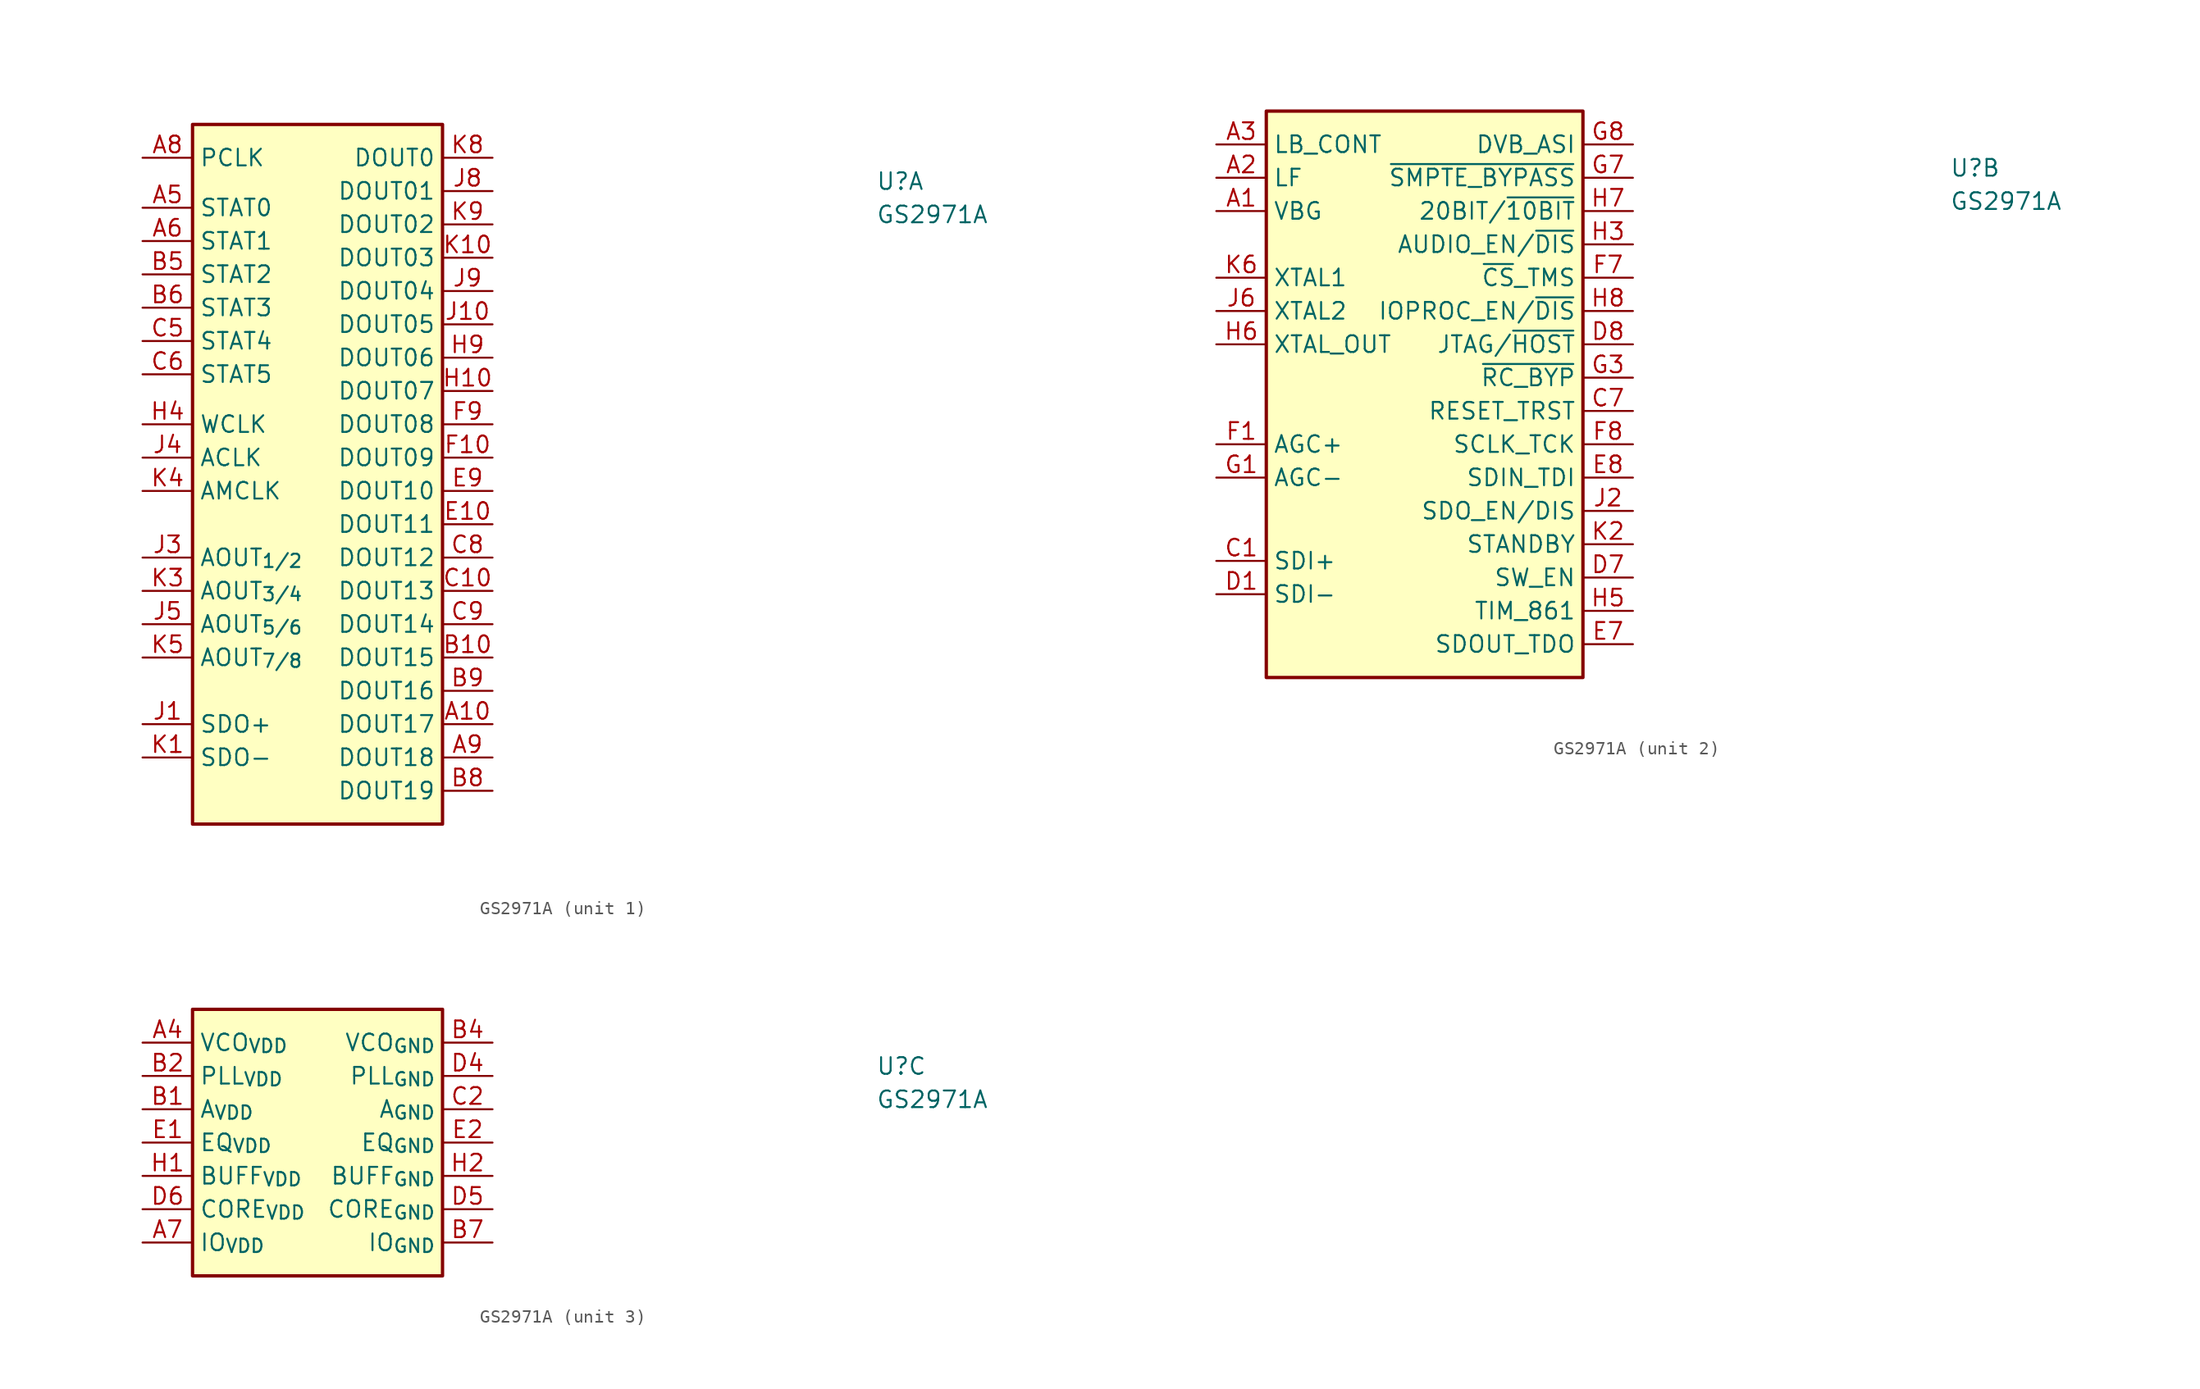
<source format=kicad_sym>
(kicad_symbol_lib
  (version 20211014)
  (generator kicad_symbol_editor)
  (symbol "GS2971A"
    (property "Reference" "U"
      (at 55.88 -2.54 0)
      (effects (font (size 1.27 1.27) (thickness 0.15)) (justify left bottom)))
    (property "Value" "GS2971A"
      (at 55.88 -5.08 0)
      (effects (font (size 1.27 1.27) (thickness 0.15)) (justify left bottom)))
    (property "ki_locked" ""
      (at 0 0 0)
      (effects (font (size 1.27 1.27))))
    (symbol "GS2971A_1_1"
      (rectangle (start 3.81 2.54) (end 22.86 -50.8) (stroke (width 0.254) (type default) (color 0 0 0 0)) (fill (type background)))
      (pin output line (at 26.67 -43.18 180) (length 3.81) (name "DOUT17" (effects (font (size 1.27 1.27)))) (number "A10" (effects (font (size 1.27 1.27)))))
      (pin output line (at 0 -3.81 0) (length 3.81) (name "STAT0" (effects (font (size 1.27 1.27)))) (number "A5" (effects (font (size 1.27 1.27)))))
      (pin output line (at 0 -6.35 0) (length 3.81) (name "STAT1" (effects (font (size 1.27 1.27)))) (number "A6" (effects (font (size 1.27 1.27)))))
      (pin output line (at 0 0 0) (length 3.81) (name "PCLK" (effects (font (size 1.27 1.27)))) (number "A8" (effects (font (size 1.27 1.27)))))
      (pin output line (at 26.67 -45.72 180) (length 3.81) (name "DOUT18" (effects (font (size 1.27 1.27)))) (number "A9" (effects (font (size 1.27 1.27)))))
      (pin output line (at 26.67 -38.1 180) (length 3.81) (name "DOUT15" (effects (font (size 1.27 1.27)))) (number "B10" (effects (font (size 1.27 1.27)))))
      (pin output line (at 0 -8.89 0) (length 3.81) (name "STAT2" (effects (font (size 1.27 1.27)))) (number "B5" (effects (font (size 1.27 1.27)))))
      (pin output line (at 0 -11.43 0) (length 3.81) (name "STAT3" (effects (font (size 1.27 1.27)))) (number "B6" (effects (font (size 1.27 1.27)))))
      (pin output line (at 26.67 -48.26 180) (length 3.81) (name "DOUT19" (effects (font (size 1.27 1.27)))) (number "B8" (effects (font (size 1.27 1.27)))))
      (pin output line (at 26.67 -40.64 180) (length 3.81) (name "DOUT16" (effects (font (size 1.27 1.27)))) (number "B9" (effects (font (size 1.27 1.27)))))
      (pin output line (at 26.67 -33.02 180) (length 3.81) (name "DOUT13" (effects (font (size 1.27 1.27)))) (number "C10" (effects (font (size 1.27 1.27)))))
      (pin output line (at 0 -13.97 0) (length 3.81) (name "STAT4" (effects (font (size 1.27 1.27)))) (number "C5" (effects (font (size 1.27 1.27)))))
      (pin output line (at 0 -16.51 0) (length 3.81) (name "STAT5" (effects (font (size 1.27 1.27)))) (number "C6" (effects (font (size 1.27 1.27)))))
      (pin output line (at 26.67 -30.48 180) (length 3.81) (name "DOUT12" (effects (font (size 1.27 1.27)))) (number "C8" (effects (font (size 1.27 1.27)))))
      (pin output line (at 26.67 -35.56 180) (length 3.81) (name "DOUT14" (effects (font (size 1.27 1.27)))) (number "C9" (effects (font (size 1.27 1.27)))))
      (pin output line (at 26.67 -27.94 180) (length 3.81) (name "DOUT11" (effects (font (size 1.27 1.27)))) (number "E10" (effects (font (size 1.27 1.27)))))
      (pin output line (at 26.67 -25.4 180) (length 3.81) (name "DOUT10" (effects (font (size 1.27 1.27)))) (number "E9" (effects (font (size 1.27 1.27)))))
      (pin output line (at 26.67 -22.86 180) (length 3.81) (name "DOUT09" (effects (font (size 1.27 1.27)))) (number "F10" (effects (font (size 1.27 1.27)))))
      (pin output line (at 26.67 -20.32 180) (length 3.81) (name "DOUT08" (effects (font (size 1.27 1.27)))) (number "F9" (effects (font (size 1.27 1.27)))))
      (pin output line (at 26.67 -17.78 180) (length 3.81) (name "DOUT07" (effects (font (size 1.27 1.27)))) (number "H10" (effects (font (size 1.27 1.27)))))
      (pin output line (at 0 -20.32 0) (length 3.81) (name "WCLK" (effects (font (size 1.27 1.27)))) (number "H4" (effects (font (size 1.27 1.27)))))
      (pin output line (at 26.67 -15.24 180) (length 3.81) (name "DOUT06" (effects (font (size 1.27 1.27)))) (number "H9" (effects (font (size 1.27 1.27)))))
      (pin output line (at 0 -43.18 0) (length 3.81) (name "SDO+" (effects (font (size 1.27 1.27)))) (number "J1" (effects (font (size 1.27 1.27)))))
      (pin output line (at 26.67 -12.7 180) (length 3.81) (name "DOUT05" (effects (font (size 1.27 1.27)))) (number "J10" (effects (font (size 1.27 1.27)))))
      (pin output line (at 0 -30.48 0) (length 3.81) (name "AOUT_{1/2}" (effects (font (size 1.27 1.27)))) (number "J3" (effects (font (size 1.27 1.27)))))
      (pin output line (at 0 -22.86 0) (length 3.81) (name "ACLK" (effects (font (size 1.27 1.27)))) (number "J4" (effects (font (size 1.27 1.27)))))
      (pin output line (at 0 -35.56 0) (length 3.81) (name "AOUT_{5/6}" (effects (font (size 1.27 1.27)))) (number "J5" (effects (font (size 1.27 1.27)))))
      (pin output line (at 26.67 -2.54 180) (length 3.81) (name "DOUT01" (effects (font (size 1.27 1.27)))) (number "J8" (effects (font (size 1.27 1.27)))))
      (pin output line (at 26.67 -10.16 180) (length 3.81) (name "DOUT04" (effects (font (size 1.27 1.27)))) (number "J9" (effects (font (size 1.27 1.27)))))
      (pin output line (at 0 -45.72 0) (length 3.81) (name "SDO-" (effects (font (size 1.27 1.27)))) (number "K1" (effects (font (size 1.27 1.27)))))
      (pin output line (at 26.67 -7.62 180) (length 3.81) (name "DOUT03" (effects (font (size 1.27 1.27)))) (number "K10" (effects (font (size 1.27 1.27)))))
      (pin output line (at 0 -33.02 0) (length 3.81) (name "AOUT_{3/4}" (effects (font (size 1.27 1.27)))) (number "K3" (effects (font (size 1.27 1.27)))))
      (pin output line (at 0 -25.4 0) (length 3.81) (name "AMCLK" (effects (font (size 1.27 1.27)))) (number "K4" (effects (font (size 1.27 1.27)))))
      (pin output line (at 0 -38.1 0) (length 3.81) (name "AOUT_{7/8}" (effects (font (size 1.27 1.27)))) (number "K5" (effects (font (size 1.27 1.27)))))
      (pin output line (at 26.67 0 180) (length 3.81) (name "DOUT0" (effects (font (size 1.27 1.27)))) (number "K8" (effects (font (size 1.27 1.27)))))
      (pin output line (at 26.67 -5.08 180) (length 3.81) (name "DOUT02" (effects (font (size 1.27 1.27)))) (number "K9" (effects (font (size 1.27 1.27))))))
    (symbol "GS2971A_2_1"
      (rectangle (start 3.81 2.54) (end 27.94 -40.64) (stroke (width 0.254) (type default) (color 0 0 0 0)) (fill (type background)))
      (pin input line (at 0 -5.08 0) (length 3.81) (name "VBG" (effects (font (size 1.27 1.27)))) (number "A1" (effects (font (size 1.27 1.27)))))
      (pin input line (at 0 -2.54 0) (length 3.81) (name "LF" (effects (font (size 1.27 1.27)))) (number "A2" (effects (font (size 1.27 1.27)))))
      (pin input line (at 0 0 0) (length 3.81) (name "LB_CONT" (effects (font (size 1.27 1.27)))) (number "A3" (effects (font (size 1.27 1.27)))))
      (pin no_connect line (at 3.81 -17.78 0) (length 3.81) hide (name "RSV" (effects (font (size 1.27 1.27)))) (number "B3" (effects (font (size 1.27 1.27)))))
      (pin input line (at 0 -31.75 0) (length 3.81) (name "SDI+" (effects (font (size 1.27 1.27)))) (number "C1" (effects (font (size 1.27 1.27)))))
      (pin input line (at 31.75 -20.32 180) (length 3.81) (name "RESET_TRST" (effects (font (size 1.27 1.27)))) (number "C7" (effects (font (size 1.27 1.27)))))
      (pin input line (at 0 -34.29 0) (length 3.81) (name "SDI-" (effects (font (size 1.27 1.27)))) (number "D1" (effects (font (size 1.27 1.27)))))
      (pin input line (at 31.75 -33.02 180) (length 3.81) (name "SW_EN" (effects (font (size 1.27 1.27)))) (number "D7" (effects (font (size 1.27 1.27)))))
      (pin input line (at 31.75 -15.24 180) (length 3.81) (name "JTAG/~{HOST}" (effects (font (size 1.27 1.27)))) (number "D8" (effects (font (size 1.27 1.27)))))
      (pin output line (at 31.75 -38.1 180) (length 3.81) (name "SDOUT_TDO" (effects (font (size 1.27 1.27)))) (number "E7" (effects (font (size 1.27 1.27)))))
      (pin input line (at 31.75 -25.4 180) (length 3.81) (name "SDIN_TDI" (effects (font (size 1.27 1.27)))) (number "E8" (effects (font (size 1.27 1.27)))))
      (pin passive line (at 0 -22.86 0) (length 3.81) (name "AGC+" (effects (font (size 1.27 1.27)))) (number "F1" (effects (font (size 1.27 1.27)))))
      (pin no_connect line (at 3.81 -17.78 0) (length 3.81) hide (name "RSV" (effects (font (size 1.27 1.27)))) (number "F2" (effects (font (size 1.27 1.27)))))
      (pin input line (at 31.75 -10.16 180) (length 3.81) (name "~{CS}_TMS" (effects (font (size 1.27 1.27)))) (number "F7" (effects (font (size 1.27 1.27)))))
      (pin input line (at 31.75 -22.86 180) (length 3.81) (name "SCLK_TCK" (effects (font (size 1.27 1.27)))) (number "F8" (effects (font (size 1.27 1.27)))))
      (pin passive line (at 0 -25.4 0) (length 3.81) (name "AGC-" (effects (font (size 1.27 1.27)))) (number "G1" (effects (font (size 1.27 1.27)))))
      (pin input line (at 31.75 -17.78 180) (length 3.81) (name "~{RC_BYP}" (effects (font (size 1.27 1.27)))) (number "G3" (effects (font (size 1.27 1.27)))))
      (pin bidirectional line (at 31.75 -2.54 180) (length 3.81) (name "~{SMPTE_BYPASS}" (effects (font (size 1.27 1.27)))) (number "G7" (effects (font (size 1.27 1.27)))))
      (pin bidirectional line (at 31.75 0 180) (length 3.81) (name "DVB_ASI" (effects (font (size 1.27 1.27)))) (number "G8" (effects (font (size 1.27 1.27)))))
      (pin input line (at 31.75 -7.62 180) (length 3.81) (name "AUDIO_EN/~{DIS}" (effects (font (size 1.27 1.27)))) (number "H3" (effects (font (size 1.27 1.27)))))
      (pin input line (at 31.75 -35.56 180) (length 3.81) (name "TIM_861" (effects (font (size 1.27 1.27)))) (number "H5" (effects (font (size 1.27 1.27)))))
      (pin output line (at 0 -15.24 0) (length 3.81) (name "XTAL_OUT" (effects (font (size 1.27 1.27)))) (number "H6" (effects (font (size 1.27 1.27)))))
      (pin input line (at 31.75 -5.08 180) (length 3.81) (name "20BIT/~{10BIT}" (effects (font (size 1.27 1.27)))) (number "H7" (effects (font (size 1.27 1.27)))))
      (pin input line (at 31.75 -12.7 180) (length 3.81) (name "IOPROC_EN/~{DIS}" (effects (font (size 1.27 1.27)))) (number "H8" (effects (font (size 1.27 1.27)))))
      (pin input line (at 31.75 -27.94 180) (length 3.81) (name "SDO_EN/DIS" (effects (font (size 1.27 1.27)))) (number "J2" (effects (font (size 1.27 1.27)))))
      (pin input line (at 0 -12.7 0) (length 3.81) (name "XTAL2" (effects (font (size 1.27 1.27)))) (number "J6" (effects (font (size 1.27 1.27)))))
      (pin input line (at 31.75 -30.48 180) (length 3.81) (name "STANDBY" (effects (font (size 1.27 1.27)))) (number "K2" (effects (font (size 1.27 1.27)))))
      (pin input line (at 0 -10.16 0) (length 3.81) (name "XTAL1" (effects (font (size 1.27 1.27)))) (number "K6" (effects (font (size 1.27 1.27))))))
    (symbol "GS2971A_3_1"
      (rectangle (start 3.81 2.54) (end 22.86 -17.78) (stroke (width 0.254) (type default) (color 0 0 0 0)) (fill (type background)))
      (pin power_in line (at 0 0 0) (length 3.81) (name "VCO_{VDD}" (effects (font (size 1.27 1.27)))) (number "A4" (effects (font (size 1.27 1.27)))))
      (pin power_in line (at 0 -15.24 0) (length 3.81) (name "IO_{VDD}" (effects (font (size 1.27 1.27)))) (number "A7" (effects (font (size 1.27 1.27)))))
      (pin power_in line (at 0 -5.08 0) (length 3.81) (name "A_{VDD}" (effects (font (size 1.27 1.27)))) (number "B1" (effects (font (size 1.27 1.27)))))
      (pin power_in line (at 0 -2.54 0) (length 3.81) (name "PLL_{VDD}" (effects (font (size 1.27 1.27)))) (number "B2" (effects (font (size 1.27 1.27)))))
      (pin power_in line (at 26.67 0 180) (length 3.81) (name "VCO_{GND}" (effects (font (size 1.27 1.27)))) (number "B4" (effects (font (size 1.27 1.27)))))
      (pin power_in line (at 26.67 -15.24 180) (length 3.81) (name "IO_{GND}" (effects (font (size 1.27 1.27)))) (number "B7" (effects (font (size 1.27 1.27)))))
      (pin power_in line (at 26.67 -5.08 180) (length 3.81) (name "A_{GND}" (effects (font (size 1.27 1.27)))) (number "C2" (effects (font (size 1.27 1.27)))))
      (pin passive line (at 0 -2.54 0) (length 3.81) hide (name "PLL_{VDD}" (effects (font (size 1.27 1.27)))) (number "C3" (effects (font (size 1.27 1.27)))))
      (pin passive line (at 0 -2.54 0) (length 3.81) hide (name "PLL_{VDD}" (effects (font (size 1.27 1.27)))) (number "C4" (effects (font (size 1.27 1.27)))))
      (pin passive line (at 0 -15.24 0) (length 3.81) hide (name "IO_{VDD}" (effects (font (size 1.27 1.27)))) (number "D10" (effects (font (size 1.27 1.27)))))
      (pin passive line (at 26.67 -5.08 180) (length 3.81) hide (name "A_{GND}" (effects (font (size 1.27 1.27)))) (number "D2" (effects (font (size 1.27 1.27)))))
      (pin passive line (at 26.67 -5.08 180) (length 3.81) hide (name "A_{GND}" (effects (font (size 1.27 1.27)))) (number "D3" (effects (font (size 1.27 1.27)))))
      (pin power_in line (at 26.67 -2.54 180) (length 3.81) (name "PLL_{GND}" (effects (font (size 1.27 1.27)))) (number "D4" (effects (font (size 1.27 1.27)))))
      (pin power_in line (at 26.67 -12.7 180) (length 3.81) (name "CORE_{GND}" (effects (font (size 1.27 1.27)))) (number "D5" (effects (font (size 1.27 1.27)))))
      (pin power_in line (at 0 -12.7 0) (length 3.81) (name "CORE_{VDD}" (effects (font (size 1.27 1.27)))) (number "D6" (effects (font (size 1.27 1.27)))))
      (pin passive line (at 26.67 -15.24 180) (length 3.81) hide (name "IO_{GND}" (effects (font (size 1.27 1.27)))) (number "D9" (effects (font (size 1.27 1.27)))))
      (pin power_in line (at 0 -7.62 0) (length 3.81) (name "EQ_{VDD}" (effects (font (size 1.27 1.27)))) (number "E1" (effects (font (size 1.27 1.27)))))
      (pin power_in line (at 26.67 -7.62 180) (length 3.81) (name "EQ_{GND}" (effects (font (size 1.27 1.27)))) (number "E2" (effects (font (size 1.27 1.27)))))
      (pin passive line (at 26.67 -5.08 180) (length 3.81) hide (name "A_{GND}" (effects (font (size 1.27 1.27)))) (number "E3" (effects (font (size 1.27 1.27)))))
      (pin passive line (at 26.67 -2.54 180) (length 3.81) hide (name "PLL_{GND}" (effects (font (size 1.27 1.27)))) (number "E4" (effects (font (size 1.27 1.27)))))
      (pin passive line (at 26.67 -12.7 180) (length 3.81) hide (name "CORE_{GND}" (effects (font (size 1.27 1.27)))) (number "E5" (effects (font (size 1.27 1.27)))))
      (pin passive line (at 0 -12.7 0) (length 3.81) hide (name "CORE_{VDD}" (effects (font (size 1.27 1.27)))) (number "E6" (effects (font (size 1.27 1.27)))))
      (pin passive line (at 26.67 -5.08 180) (length 3.81) hide (name "A_{GND}" (effects (font (size 1.27 1.27)))) (number "F3" (effects (font (size 1.27 1.27)))))
      (pin passive line (at 26.67 -2.54 180) (length 3.81) hide (name "PLL_{GND}" (effects (font (size 1.27 1.27)))) (number "F4" (effects (font (size 1.27 1.27)))))
      (pin passive line (at 26.67 -12.7 180) (length 3.81) hide (name "CORE_{GND}" (effects (font (size 1.27 1.27)))) (number "F5" (effects (font (size 1.27 1.27)))))
      (pin passive line (at 0 -12.7 0) (length 3.81) hide (name "CORE_{VDD}" (effects (font (size 1.27 1.27)))) (number "F6" (effects (font (size 1.27 1.27)))))
      (pin passive line (at 0 -15.24 0) (length 3.81) hide (name "IO_{VDD}" (effects (font (size 1.27 1.27)))) (number "G10" (effects (font (size 1.27 1.27)))))
      (pin passive line (at 26.67 -5.08 180) (length 3.81) hide (name "A_{GND}" (effects (font (size 1.27 1.27)))) (number "G2" (effects (font (size 1.27 1.27)))))
      (pin passive line (at 26.67 -12.7 180) (length 3.81) hide (name "CORE_{GND}" (effects (font (size 1.27 1.27)))) (number "G4" (effects (font (size 1.27 1.27)))))
      (pin passive line (at 26.67 -12.7 180) (length 3.81) hide (name "CORE_{GND}" (effects (font (size 1.27 1.27)))) (number "G5" (effects (font (size 1.27 1.27)))))
      (pin passive line (at 0 -12.7 0) (length 3.81) hide (name "CORE_{VDD}" (effects (font (size 1.27 1.27)))) (number "G6" (effects (font (size 1.27 1.27)))))
      (pin passive line (at 26.67 -15.24 180) (length 3.81) hide (name "IO_{GND}" (effects (font (size 1.27 1.27)))) (number "G9" (effects (font (size 1.27 1.27)))))
      (pin power_in line (at 0 -10.16 0) (length 3.81) (name "BUFF_{VDD}" (effects (font (size 1.27 1.27)))) (number "H1" (effects (font (size 1.27 1.27)))))
      (pin power_in line (at 26.67 -10.16 180) (length 3.81) (name "BUFF_{GND}" (effects (font (size 1.27 1.27)))) (number "H2" (effects (font (size 1.27 1.27)))))
      (pin passive line (at 26.67 -15.24 180) (length 3.81) hide (name "IO_{GND}" (effects (font (size 1.27 1.27)))) (number "J7" (effects (font (size 1.27 1.27)))))
      (pin passive line (at 0 -15.24 0) (length 3.81) hide (name "IO_{VDD}" (effects (font (size 1.27 1.27)))) (number "K7" (effects (font (size 1.27 1.27))))))))
</source>
